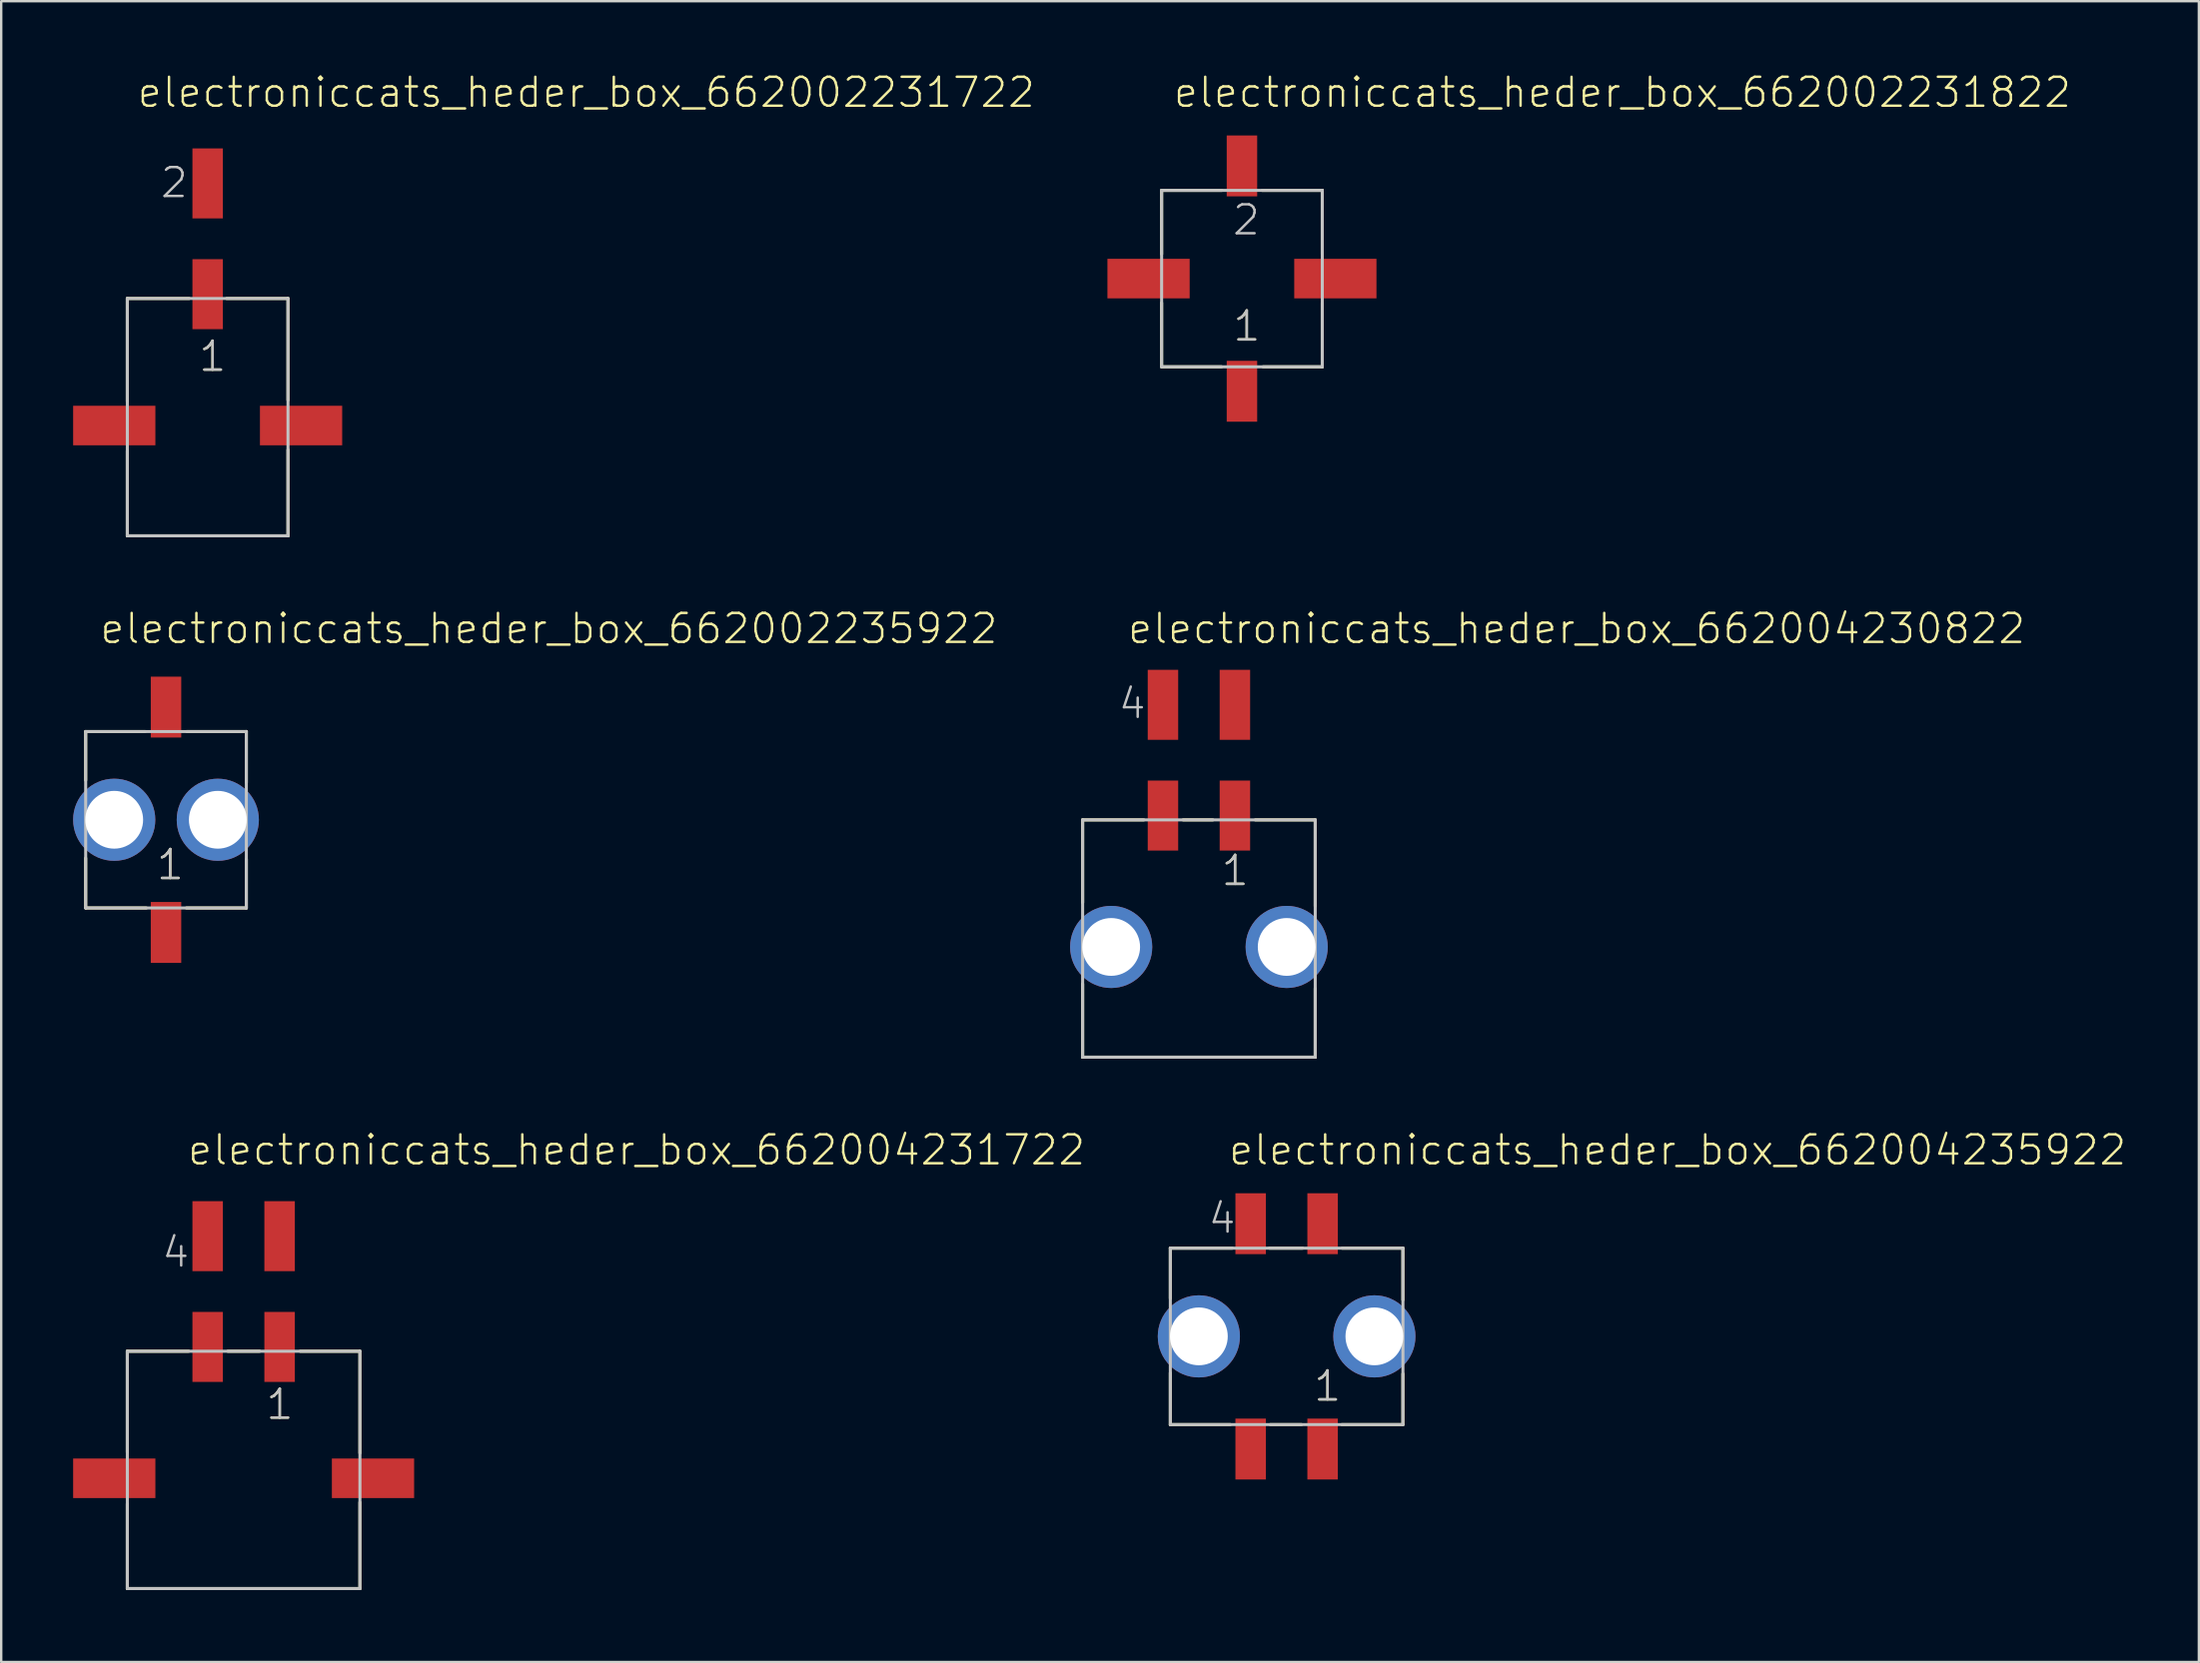
<source format=kicad_pcb>
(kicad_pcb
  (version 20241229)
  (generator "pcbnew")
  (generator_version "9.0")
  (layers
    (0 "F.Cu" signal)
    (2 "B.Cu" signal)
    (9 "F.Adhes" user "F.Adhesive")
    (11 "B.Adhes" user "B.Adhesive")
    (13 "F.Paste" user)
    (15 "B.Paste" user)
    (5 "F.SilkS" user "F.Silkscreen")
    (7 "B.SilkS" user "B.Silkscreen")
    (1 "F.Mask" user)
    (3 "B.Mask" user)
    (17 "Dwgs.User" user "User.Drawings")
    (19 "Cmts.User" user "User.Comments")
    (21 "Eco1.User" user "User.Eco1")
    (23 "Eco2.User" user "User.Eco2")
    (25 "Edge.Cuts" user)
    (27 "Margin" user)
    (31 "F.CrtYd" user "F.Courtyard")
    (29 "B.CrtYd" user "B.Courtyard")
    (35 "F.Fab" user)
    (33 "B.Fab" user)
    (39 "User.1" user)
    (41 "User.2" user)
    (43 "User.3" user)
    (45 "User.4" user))
  (footprint "electroniccats_heder_box_662004230822"
    (layer "F.Cu")
    (at 46.948 36.451)
    (property "Reference" "electroniccats_heder_box_662004230822" (at -3.035 -12.575 0) (layer "F.SilkS") (effects (font (size 1.206 1.206) (thickness 0.102)) (justify left bottom)))
    (attr through_hole)
    (fp_line (start -4.85 -5.3) (end -4.85 -1.85) (stroke (width 0.127) (type solid)) (layer "F.SilkS"))
    (fp_line (start -4.85 1.54) (end -4.85 4.6) (stroke (width 0.127) (type solid)) (layer "F.SilkS"))
    (fp_line (start -4.85 4.6) (end 4.85 4.6) (stroke (width 0.127) (type solid)) (layer "F.SilkS"))
    (fp_line (start -2.3 -5.3) (end -4.85 -5.3) (stroke (width 0.127) (type solid)) (layer "F.SilkS"))
    (fp_line (start -0.66 -5.3) (end 0.58 -5.3) (stroke (width 0.127) (type solid)) (layer "F.SilkS"))
    (fp_line (start 2.35 -5.3) (end 4.85 -5.3) (stroke (width 0.127) (type solid)) (layer "F.SilkS"))
    (fp_line (start 4.85 -5.3) (end 4.85 -1.7) (stroke (width 0.127) (type solid)) (layer "F.SilkS"))
    (fp_line (start 4.85 4.6) (end 4.85 1.73) (stroke (width 0.127) (type solid)) (layer "F.SilkS"))
    (fp_line (start -4.85 -5.3) (end 4.85 -5.3) (stroke (width 0.127) (type solid)) (layer "Dwgs.User"))
    (fp_line (start -4.85 4.6) (end -4.85 -5.3) (stroke (width 0.127) (type solid)) (layer "Dwgs.User"))
    (fp_line (start 4.85 -5.3) (end 4.85 4.6) (stroke (width 0.127) (type solid)) (layer "Dwgs.User"))
    (fp_line (start 4.85 4.6) (end -4.85 4.6) (stroke (width 0.127) (type solid)) (layer "Dwgs.User"))
    (fp_text user "1" (at 0.865 -2.48 0) (layer "F.SilkS") (effects (font (size 1.206 1.206) (thickness 0.102)) (justify left bottom)))
    (fp_text user "1" (at 0.865 -2.48 0) (layer "Dwgs.User") (effects (font (size 1.206 1.206) (thickness 0.102)) (justify left bottom)))
    (fp_text user "4" (at -3.425 -9.445 0) (layer "Dwgs.User") (effects (font (size 1.206 1.206) (thickness 0.102)) (justify left bottom)))
    (pad "1" smd rect (at 1.5 -5.48 90) (size 2.92 1.27) (layers "F.Cu" "F.Mask" "F.Paste"))
    (pad "2" smd rect (at -1.5 -5.48 90) (size 2.92 1.27) (layers "F.Cu" "F.Mask" "F.Paste"))
    (pad "3" smd rect (at 1.5 -10.1 90) (size 2.92 1.27) (layers "F.Cu" "F.Mask" "F.Paste"))
    (pad "4" smd rect (at -1.5 -10.1 90) (size 2.92 1.27) (layers "F.Cu" "F.Mask" "F.Paste"))
    (pad "Z1" thru_hole circle (at -3.66 0) (size 3.426 3.426) (drill 2.41) (layers "*.Cu" "*.Mask"))
    (pad "Z2" thru_hole circle (at 3.66 0) (size 3.426 3.426) (drill 2.41) (layers "*.Cu" "*.Mask")))
  (footprint "electroniccats_heder_box_662002235922"
    (layer "F.Cu")
    (at 3.873 31.146)
    (property "Reference" "electroniccats_heder_box_662002235922" (at -2.82 -7.27 0) (layer "F.SilkS") (effects (font (size 1.206 1.206) (thickness 0.102)) (justify left bottom)))
    (attr through_hole)
    (fp_line (start -3.35 -3.68) (end -3.35 -1.65) (stroke (width 0.127) (type solid)) (layer "F.SilkS"))
    (fp_line (start -3.35 1.6) (end -3.35 3.68) (stroke (width 0.127) (type solid)) (layer "F.SilkS"))
    (fp_line (start -3.34 3.68) (end -3.34 3.67) (stroke (width 0.127) (type solid)) (layer "F.SilkS"))
    (fp_line (start -0.87 -3.68) (end -3.35 -3.68) (stroke (width 0.127) (type solid)) (layer "F.SilkS"))
    (fp_line (start -0.82 3.68) (end -3.34 3.68) (stroke (width 0.127) (type solid)) (layer "F.SilkS"))
    (fp_line (start 0.85 3.68) (end 3.35 3.68) (stroke (width 0.127) (type solid)) (layer "F.SilkS"))
    (fp_line (start 0.87 -3.68) (end 3.35 -3.68) (stroke (width 0.127) (type solid)) (layer "F.SilkS"))
    (fp_line (start 3.35 -3.68) (end 3.35 -1.55) (stroke (width 0.127) (type solid)) (layer "F.SilkS"))
    (fp_line (start 3.35 3.68) (end 3.35 1.64) (stroke (width 0.127) (type solid)) (layer "F.SilkS"))
    (fp_line (start -3.35 -3.68) (end 3.35 -3.68) (stroke (width 0.127) (type solid)) (layer "Dwgs.User"))
    (fp_line (start -3.35 3.68) (end -3.35 -3.68) (stroke (width 0.127) (type solid)) (layer "Dwgs.User"))
    (fp_line (start 3.35 -3.68) (end 3.35 3.68) (stroke (width 0.127) (type solid)) (layer "Dwgs.User"))
    (fp_line (start 3.35 3.68) (end -3.35 3.68) (stroke (width 0.127) (type solid)) (layer "Dwgs.User"))
    (fp_text user "1" (at -0.465 2.58 0) (layer "F.SilkS") (effects (font (size 1.206 1.206) (thickness 0.102)) (justify left bottom)))
    (fp_text user "1" (at -0.465 2.58 0) (layer "Dwgs.User") (effects (font (size 1.206 1.206) (thickness 0.102)) (justify left bottom)))
    (pad "1" smd rect (at 0 4.7 90) (size 2.54 1.27) (layers "F.Cu" "F.Mask" "F.Paste"))
    (pad "2" smd rect (at 0 -4.7 90) (size 2.54 1.27) (layers "F.Cu" "F.Mask" "F.Paste"))
    (pad "Z1" thru_hole circle (at -2.16 0) (size 3.426 3.426) (drill 2.41) (layers "*.Cu" "*.Mask"))
    (pad "Z2" thru_hole circle (at 2.16 0) (size 3.426 3.426) (drill 2.41) (layers "*.Cu" "*.Mask")))
  (footprint "electroniccats_heder_box_662004231722"
    (layer "F.Cu")
    (at 7.11 58.616)
    (property "Reference" "electroniccats_heder_box_662004231722" (at -2.4 -12.99 0) (layer "F.SilkS") (effects (font (size 1.206 1.206) (thickness 0.102)) (justify left bottom)))
    (attr through_hole)
    (fp_line (start -4.85 -5.3) (end -4.85 -1.08) (stroke (width 0.127) (type solid)) (layer "F.SilkS"))
    (fp_line (start -4.85 1.06) (end -4.85 4.6) (stroke (width 0.127) (type solid)) (layer "F.SilkS"))
    (fp_line (start -4.85 4.6) (end 4.85 4.6) (stroke (width 0.127) (type solid)) (layer "F.SilkS"))
    (fp_line (start -2.29 -5.3) (end -4.85 -5.3) (stroke (width 0.127) (type solid)) (layer "F.SilkS"))
    (fp_line (start -0.66 -5.3) (end 0.67 -5.3) (stroke (width 0.127) (type solid)) (layer "F.SilkS"))
    (fp_line (start 2.36 -5.3) (end 4.85 -5.3) (stroke (width 0.127) (type solid)) (layer "F.SilkS"))
    (fp_line (start 4.85 -5.3) (end 4.85 -1.05) (stroke (width 0.127) (type solid)) (layer "F.SilkS"))
    (fp_line (start 4.85 4.6) (end 4.85 1) (stroke (width 0.127) (type solid)) (layer "F.SilkS"))
    (fp_line (start -4.85 -5.3) (end 4.85 -5.3) (stroke (width 0.127) (type solid)) (layer "Dwgs.User"))
    (fp_line (start -4.85 4.6) (end -4.85 -5.3) (stroke (width 0.127) (type solid)) (layer "Dwgs.User"))
    (fp_line (start 4.85 -5.3) (end 4.85 4.6) (stroke (width 0.127) (type solid)) (layer "Dwgs.User"))
    (fp_line (start 4.85 4.6) (end -4.85 4.6) (stroke (width 0.127) (type solid)) (layer "Dwgs.User"))
    (fp_text user "1" (at 0.865 -2.38 0) (layer "F.SilkS") (effects (font (size 1.206 1.206) (thickness 0.102)) (justify left bottom)))
    (fp_text user "1" (at 0.865 -2.38 0) (layer "Dwgs.User") (effects (font (size 1.206 1.206) (thickness 0.102)) (justify left bottom)))
    (fp_text user "4" (at -3.475 -8.725 0) (layer "Dwgs.User") (effects (font (size 1.206 1.206) (thickness 0.102)) (justify left bottom)))
    (pad "1" smd rect (at 1.5 -5.48 90) (size 2.92 1.27) (layers "F.Cu" "F.Mask" "F.Paste"))
    (pad "2" smd rect (at -1.5 -5.48 90) (size 2.92 1.27) (layers "F.Cu" "F.Mask" "F.Paste"))
    (pad "3" smd rect (at 1.5 -10.1 90) (size 2.92 1.27) (layers "F.Cu" "F.Mask" "F.Paste"))
    (pad "4" smd rect (at -1.5 -10.1 90) (size 2.92 1.27) (layers "F.Cu" "F.Mask" "F.Paste"))
    (pad "M1" smd rect (at 5.395 0) (size 3.43 1.65) (layers "F.Cu" "F.Mask" "F.Paste"))
    (pad "M2" smd rect (at -5.395 0) (size 3.43 1.65) (layers "F.Cu" "F.Mask" "F.Paste")))
  (footprint "electroniccats_heder_box_662004235922"
    (layer "F.Cu")
    (at 50.605 52.696)
    (property "Reference" "electroniccats_heder_box_662004235922" (at -2.48 -7.07 0) (layer "F.SilkS") (effects (font (size 1.206 1.206) (thickness 0.102)) (justify left bottom)))
    (attr through_hole)
    (fp_line (start -4.85 -3.68) (end -4.85 -1.58) (stroke (width 0.127) (type solid)) (layer "F.SilkS"))
    (fp_line (start -4.85 1.52) (end -4.85 3.68) (stroke (width 0.127) (type solid)) (layer "F.SilkS"))
    (fp_line (start -4.85 3.68) (end -2.35 3.68) (stroke (width 0.127) (type solid)) (layer "F.SilkS"))
    (fp_line (start -2.26 -3.68) (end -4.85 -3.68) (stroke (width 0.127) (type solid)) (layer "F.SilkS"))
    (fp_line (start -0.72 -3.68) (end 0.67 -3.68) (stroke (width 0.127) (type solid)) (layer "F.SilkS"))
    (fp_line (start -0.68 3.68) (end 0.62 3.68) (stroke (width 0.127) (type solid)) (layer "F.SilkS"))
    (fp_line (start 2.3 3.68) (end 4.85 3.68) (stroke (width 0.127) (type solid)) (layer "F.SilkS"))
    (fp_line (start 2.31 -3.68) (end 4.85 -3.68) (stroke (width 0.127) (type solid)) (layer "F.SilkS"))
    (fp_line (start 4.85 -3.68) (end 4.85 -1.52) (stroke (width 0.127) (type solid)) (layer "F.SilkS"))
    (fp_line (start 4.85 3.68) (end 4.85 1.56) (stroke (width 0.127) (type solid)) (layer "F.SilkS"))
    (fp_line (start -4.85 -3.68) (end 4.85 -3.68) (stroke (width 0.127) (type solid)) (layer "Dwgs.User"))
    (fp_line (start -4.85 3.68) (end -4.85 -3.68) (stroke (width 0.127) (type solid)) (layer "Dwgs.User"))
    (fp_line (start 4.85 -3.68) (end 4.85 3.68) (stroke (width 0.127) (type solid)) (layer "Dwgs.User"))
    (fp_line (start 4.85 3.68) (end -4.85 3.68) (stroke (width 0.127) (type solid)) (layer "Dwgs.User"))
    (fp_text user "1" (at 1.065 2.78 0) (layer "F.SilkS") (effects (font (size 1.206 1.206) (thickness 0.102)) (justify left bottom)))
    (fp_text user "4" (at -3.335 -4.22 0) (layer "Dwgs.User") (effects (font (size 1.206 1.206) (thickness 0.102)) (justify left bottom)))
    (fp_text user "1" (at 1.065 2.78 0) (layer "Dwgs.User") (effects (font (size 1.206 1.206) (thickness 0.102)) (justify left bottom)))
    (pad "1" smd rect (at 1.5 4.7 90) (size 2.54 1.27) (layers "F.Cu" "F.Mask" "F.Paste"))
    (pad "2" smd rect (at -1.5 4.7 90) (size 2.54 1.27) (layers "F.Cu" "F.Mask" "F.Paste"))
    (pad "3" smd rect (at 1.5 -4.7 90) (size 2.54 1.27) (layers "F.Cu" "F.Mask" "F.Paste"))
    (pad "4" smd rect (at -1.5 -4.7 90) (size 2.54 1.27) (layers "F.Cu" "F.Mask" "F.Paste"))
    (pad "Z1" thru_hole circle (at -3.66 0) (size 3.426 3.426) (drill 2.41) (layers "*.Cu" "*.Mask"))
    (pad "Z2" thru_hole circle (at 3.66 0) (size 3.426 3.426) (drill 2.41) (layers "*.Cu" "*.Mask")))
  (footprint "electroniccats_heder_box_662002231722"
    (layer "F.Cu")
    (at 5.61 14.701)
    (property "Reference" "electroniccats_heder_box_662002231722" (at -3 -13.19 0) (layer "F.SilkS") (effects (font (size 1.206 1.206) (thickness 0.102)) (justify left bottom)))
    (attr through_hole)
    (fp_line (start -3.35 -5.3) (end -3.35 -1) (stroke (width 0.127) (type solid)) (layer "F.SilkS"))
    (fp_line (start -3.35 1.05) (end -3.35 4.6) (stroke (width 0.127) (type solid)) (layer "F.SilkS"))
    (fp_line (start -3.35 4.6) (end 3.35 4.6) (stroke (width 0.127) (type solid)) (layer "F.SilkS"))
    (fp_line (start -0.77 -5.3) (end -3.35 -5.3) (stroke (width 0.127) (type solid)) (layer "F.SilkS"))
    (fp_line (start 0.79 -5.3) (end 3.35 -5.3) (stroke (width 0.127) (type solid)) (layer "F.SilkS"))
    (fp_line (start 3.35 -5.3) (end 3.35 -1.06) (stroke (width 0.127) (type solid)) (layer "F.SilkS"))
    (fp_line (start 3.35 4.6) (end 3.35 1.01) (stroke (width 0.127) (type solid)) (layer "F.SilkS"))
    (fp_line (start -3.35 -5.3) (end 3.35 -5.3) (stroke (width 0.127) (type solid)) (layer "Dwgs.User"))
    (fp_line (start -3.35 4.6) (end -3.35 -5.3) (stroke (width 0.127) (type solid)) (layer "Dwgs.User"))
    (fp_line (start 3.35 -5.3) (end 3.35 4.6) (stroke (width 0.127) (type solid)) (layer "Dwgs.User"))
    (fp_line (start 3.35 4.6) (end -3.35 4.6) (stroke (width 0.127) (type solid)) (layer "Dwgs.User"))
    (fp_text user "1" (at -0.435 -2.18 0) (layer "F.SilkS") (effects (font (size 1.206 1.206) (thickness 0.102)) (justify left bottom)))
    (fp_text user "2" (at -2.035 -9.425 0) (layer "Dwgs.User") (effects (font (size 1.206 1.206) (thickness 0.102)) (justify left bottom)))
    (fp_text user "1" (at -0.435 -2.18 0) (layer "Dwgs.User") (effects (font (size 1.206 1.206) (thickness 0.102)) (justify left bottom)))
    (pad "1" smd rect (at 0 -5.48 90) (size 2.92 1.27) (layers "F.Cu" "F.Mask" "F.Paste"))
    (pad "2" smd rect (at 0 -10.1 90) (size 2.92 1.27) (layers "F.Cu" "F.Mask" "F.Paste"))
    (pad "M1" smd rect (at 3.895 0) (size 3.43 1.65) (layers "F.Cu" "F.Mask" "F.Paste"))
    (pad "M2" smd rect (at -3.895 0) (size 3.43 1.65) (layers "F.Cu" "F.Mask" "F.Paste")))
  (footprint "electroniccats_heder_box_662002231822"
    (layer "F.Cu")
    (at 48.742 8.571)
    (property "Reference" "electroniccats_heder_box_662002231822" (at -2.92 -7.06 0) (layer "F.SilkS") (effects (font (size 1.206 1.206) (thickness 0.102)) (justify left bottom)))
    (attr through_hole)
    (fp_line (start -3.35 -3.68) (end -3.35 -1.02) (stroke (width 0.127) (type solid)) (layer "F.SilkS"))
    (fp_line (start -3.35 1.01) (end -3.35 3.68) (stroke (width 0.127) (type solid)) (layer "F.SilkS"))
    (fp_line (start -3.35 3.68) (end -0.85 3.68) (stroke (width 0.127) (type solid)) (layer "F.SilkS"))
    (fp_line (start -0.83 -3.68) (end -3.35 -3.68) (stroke (width 0.127) (type solid)) (layer "F.SilkS"))
    (fp_line (start 0.84 -3.68) (end 3.35 -3.68) (stroke (width 0.127) (type solid)) (layer "F.SilkS"))
    (fp_line (start 3.35 -3.68) (end 3.35 -1.02) (stroke (width 0.127) (type solid)) (layer "F.SilkS"))
    (fp_line (start 3.35 1.01) (end 3.35 3.68) (stroke (width 0.127) (type solid)) (layer "F.SilkS"))
    (fp_line (start 3.35 3.68) (end 0.88 3.68) (stroke (width 0.127) (type solid)) (layer "F.SilkS"))
    (fp_line (start -3.35 -3.68) (end 3.35 -3.68) (stroke (width 0.127) (type solid)) (layer "Dwgs.User"))
    (fp_line (start -3.35 3.68) (end -3.35 -3.68) (stroke (width 0.127) (type solid)) (layer "Dwgs.User"))
    (fp_line (start 3.35 -3.68) (end 3.35 3.68) (stroke (width 0.127) (type solid)) (layer "Dwgs.User"))
    (fp_line (start 3.35 3.68) (end -3.35 3.68) (stroke (width 0.127) (type solid)) (layer "Dwgs.User"))
    (fp_text user "1" (at -0.44 2.69 0) (layer "F.SilkS") (effects (font (size 1.206 1.206) (thickness 0.102)) (justify left bottom)))
    (fp_text user "1" (at -0.44 2.69 0) (layer "Dwgs.User") (effects (font (size 1.206 1.206) (thickness 0.102)) (justify left bottom)))
    (fp_text user "2" (at -0.46 -1.74 0) (layer "Dwgs.User") (effects (font (size 1.206 1.206) (thickness 0.102)) (justify left bottom)))
    (pad "1" smd rect (at 0 4.7 90) (size 2.54 1.27) (layers "F.Cu" "F.Mask" "F.Paste"))
    (pad "2" smd rect (at 0 -4.7 90) (size 2.54 1.27) (layers "F.Cu" "F.Mask" "F.Paste"))
    (pad "M1" smd rect (at 3.895 0 180) (size 3.43 1.65) (layers "F.Cu" "F.Mask" "F.Paste"))
    (pad "M2" smd rect (at -3.895 0 180) (size 3.43 1.65) (layers "F.Cu" "F.Mask" "F.Paste")))
  (gr_rect
    (start -3 -3)
    (end 88.648 66.279)
    (stroke (width 0.1) (type default))
    (fill no)
    (layer "Edge.Cuts")))
</source>
